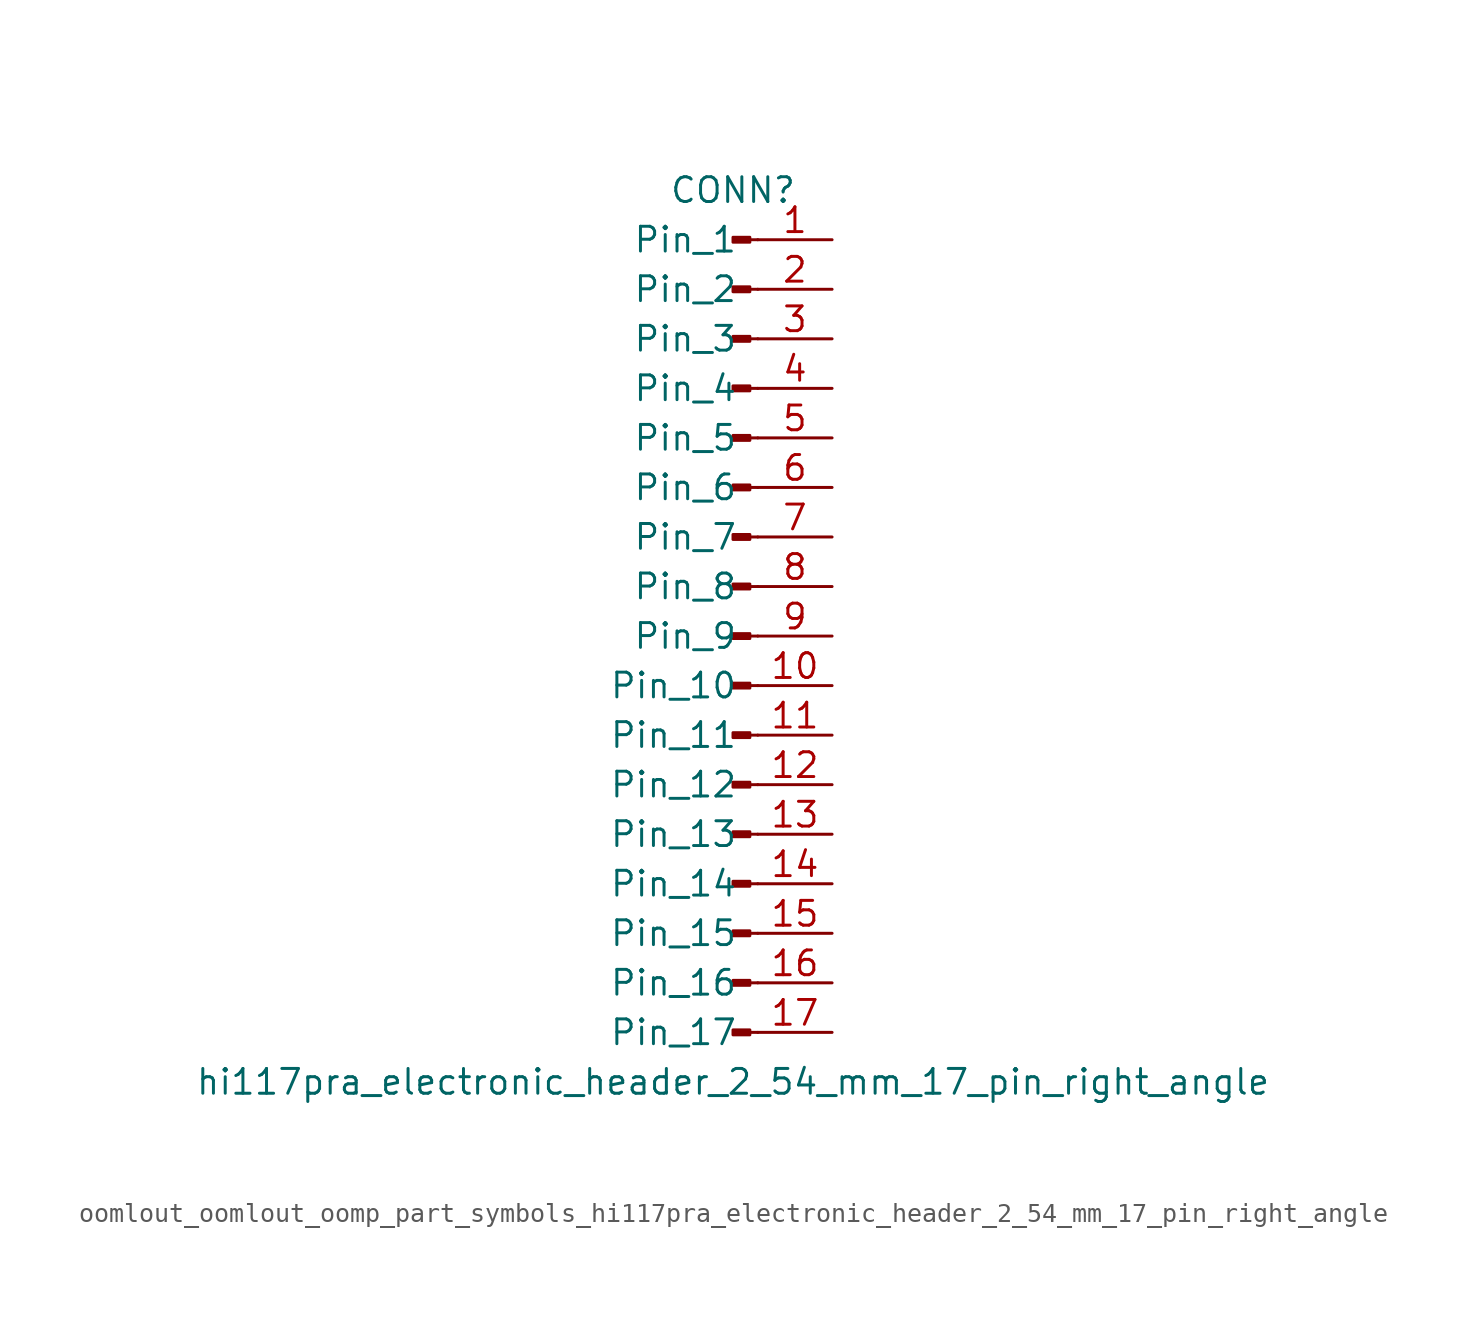
<source format=kicad_sym>
(kicad_symbol_lib
  (version 20220914)
  (generator kicad_symbol_editor)
  (symbol "oomlout_oomlout_oomp_part_symbols_hi117pra_electronic_header_2_54_mm_17_pin_right_angle"
    (pin_names
      (offset 1.016))
    (property "Reference" "CONN"
      (at 0 22.86 0)
      (effects (font (size 1.27 1.27))))
    (property "Value" "hi117pra_electronic_header_2_54_mm_17_pin_right_angle"
      (at 0 -22.86 0)
      (effects (font (size 1.27 1.27))))
    (property "ki_locked" ""
      (at 0 0 0)
      (effects (font (size 1.27 1.27))))
    (symbol "oomlout_oomlout_oomp_part_symbols_hi117pra_electronic_header_2_54_mm_17_pin_right_angle_1_1"
      (polyline (pts (xy 1.27 -20.32) (xy 0.864 -20.32)) (stroke (width 0.152) (type default)) (fill (type none)))
      (polyline (pts (xy 1.27 -17.78) (xy 0.864 -17.78)) (stroke (width 0.152) (type default)) (fill (type none)))
      (polyline (pts (xy 1.27 -15.24) (xy 0.864 -15.24)) (stroke (width 0.152) (type default)) (fill (type none)))
      (polyline (pts (xy 1.27 -12.7) (xy 0.864 -12.7)) (stroke (width 0.152) (type default)) (fill (type none)))
      (polyline (pts (xy 1.27 -10.16) (xy 0.864 -10.16)) (stroke (width 0.152) (type default)) (fill (type none)))
      (polyline (pts (xy 1.27 -7.62) (xy 0.864 -7.62)) (stroke (width 0.152) (type default)) (fill (type none)))
      (polyline (pts (xy 1.27 -5.08) (xy 0.864 -5.08)) (stroke (width 0.152) (type default)) (fill (type none)))
      (polyline (pts (xy 1.27 -2.54) (xy 0.864 -2.54)) (stroke (width 0.152) (type default)) (fill (type none)))
      (polyline (pts (xy 1.27 0) (xy 0.864 0)) (stroke (width 0.152) (type default)) (fill (type none)))
      (polyline (pts (xy 1.27 2.54) (xy 0.864 2.54)) (stroke (width 0.152) (type default)) (fill (type none)))
      (polyline (pts (xy 1.27 5.08) (xy 0.864 5.08)) (stroke (width 0.152) (type default)) (fill (type none)))
      (polyline (pts (xy 1.27 7.62) (xy 0.864 7.62)) (stroke (width 0.152) (type default)) (fill (type none)))
      (polyline (pts (xy 1.27 10.16) (xy 0.864 10.16)) (stroke (width 0.152) (type default)) (fill (type none)))
      (polyline (pts (xy 1.27 12.7) (xy 0.864 12.7)) (stroke (width 0.152) (type default)) (fill (type none)))
      (polyline (pts (xy 1.27 15.24) (xy 0.864 15.24)) (stroke (width 0.152) (type default)) (fill (type none)))
      (polyline (pts (xy 1.27 17.78) (xy 0.864 17.78)) (stroke (width 0.152) (type default)) (fill (type none)))
      (polyline (pts (xy 1.27 20.32) (xy 0.864 20.32)) (stroke (width 0.152) (type default)) (fill (type none)))
      (rectangle (start 0.864 -20.193) (end 0 -20.447) (stroke (width 0.152) (type default)) (fill (type outline)))
      (rectangle (start 0.864 -17.653) (end 0 -17.907) (stroke (width 0.152) (type default)) (fill (type outline)))
      (rectangle (start 0.864 -15.113) (end 0 -15.367) (stroke (width 0.152) (type default)) (fill (type outline)))
      (rectangle (start 0.864 -12.573) (end 0 -12.827) (stroke (width 0.152) (type default)) (fill (type outline)))
      (rectangle (start 0.864 -10.033) (end 0 -10.287) (stroke (width 0.152) (type default)) (fill (type outline)))
      (rectangle (start 0.864 -7.493) (end 0 -7.747) (stroke (width 0.152) (type default)) (fill (type outline)))
      (rectangle (start 0.864 -4.953) (end 0 -5.207) (stroke (width 0.152) (type default)) (fill (type outline)))
      (rectangle (start 0.864 -2.413) (end 0 -2.667) (stroke (width 0.152) (type default)) (fill (type outline)))
      (rectangle (start 0.864 0.127) (end 0 -0.127) (stroke (width 0.152) (type default)) (fill (type outline)))
      (rectangle (start 0.864 2.667) (end 0 2.413) (stroke (width 0.152) (type default)) (fill (type outline)))
      (rectangle (start 0.864 5.207) (end 0 4.953) (stroke (width 0.152) (type default)) (fill (type outline)))
      (rectangle (start 0.864 7.747) (end 0 7.493) (stroke (width 0.152) (type default)) (fill (type outline)))
      (rectangle (start 0.864 10.287) (end 0 10.033) (stroke (width 0.152) (type default)) (fill (type outline)))
      (rectangle (start 0.864 12.827) (end 0 12.573) (stroke (width 0.152) (type default)) (fill (type outline)))
      (rectangle (start 0.864 15.367) (end 0 15.113) (stroke (width 0.152) (type default)) (fill (type outline)))
      (rectangle (start 0.864 17.907) (end 0 17.653) (stroke (width 0.152) (type default)) (fill (type outline)))
      (rectangle (start 0.864 20.447) (end 0 20.193) (stroke (width 0.152) (type default)) (fill (type outline)))
      (pin passive line (at 5.08 20.32 180) (length 3.81) (name "Pin_1" (effects (font (size 1.27 1.27)))) (number "1" (effects (font (size 1.27 1.27)))))
      (pin passive line (at 5.08 -2.54 180) (length 3.81) (name "Pin_10" (effects (font (size 1.27 1.27)))) (number "10" (effects (font (size 1.27 1.27)))))
      (pin passive line (at 5.08 -5.08 180) (length 3.81) (name "Pin_11" (effects (font (size 1.27 1.27)))) (number "11" (effects (font (size 1.27 1.27)))))
      (pin passive line (at 5.08 -7.62 180) (length 3.81) (name "Pin_12" (effects (font (size 1.27 1.27)))) (number "12" (effects (font (size 1.27 1.27)))))
      (pin passive line (at 5.08 -10.16 180) (length 3.81) (name "Pin_13" (effects (font (size 1.27 1.27)))) (number "13" (effects (font (size 1.27 1.27)))))
      (pin passive line (at 5.08 -12.7 180) (length 3.81) (name "Pin_14" (effects (font (size 1.27 1.27)))) (number "14" (effects (font (size 1.27 1.27)))))
      (pin passive line (at 5.08 -15.24 180) (length 3.81) (name "Pin_15" (effects (font (size 1.27 1.27)))) (number "15" (effects (font (size 1.27 1.27)))))
      (pin passive line (at 5.08 -17.78 180) (length 3.81) (name "Pin_16" (effects (font (size 1.27 1.27)))) (number "16" (effects (font (size 1.27 1.27)))))
      (pin passive line (at 5.08 -20.32 180) (length 3.81) (name "Pin_17" (effects (font (size 1.27 1.27)))) (number "17" (effects (font (size 1.27 1.27)))))
      (pin passive line (at 5.08 17.78 180) (length 3.81) (name "Pin_2" (effects (font (size 1.27 1.27)))) (number "2" (effects (font (size 1.27 1.27)))))
      (pin passive line (at 5.08 15.24 180) (length 3.81) (name "Pin_3" (effects (font (size 1.27 1.27)))) (number "3" (effects (font (size 1.27 1.27)))))
      (pin passive line (at 5.08 12.7 180) (length 3.81) (name "Pin_4" (effects (font (size 1.27 1.27)))) (number "4" (effects (font (size 1.27 1.27)))))
      (pin passive line (at 5.08 10.16 180) (length 3.81) (name "Pin_5" (effects (font (size 1.27 1.27)))) (number "5" (effects (font (size 1.27 1.27)))))
      (pin passive line (at 5.08 7.62 180) (length 3.81) (name "Pin_6" (effects (font (size 1.27 1.27)))) (number "6" (effects (font (size 1.27 1.27)))))
      (pin passive line (at 5.08 5.08 180) (length 3.81) (name "Pin_7" (effects (font (size 1.27 1.27)))) (number "7" (effects (font (size 1.27 1.27)))))
      (pin passive line (at 5.08 2.54 180) (length 3.81) (name "Pin_8" (effects (font (size 1.27 1.27)))) (number "8" (effects (font (size 1.27 1.27)))))
      (pin passive line (at 5.08 0 180) (length 3.81) (name "Pin_9" (effects (font (size 1.27 1.27)))) (number "9" (effects (font (size 1.27 1.27))))))))
</source>
